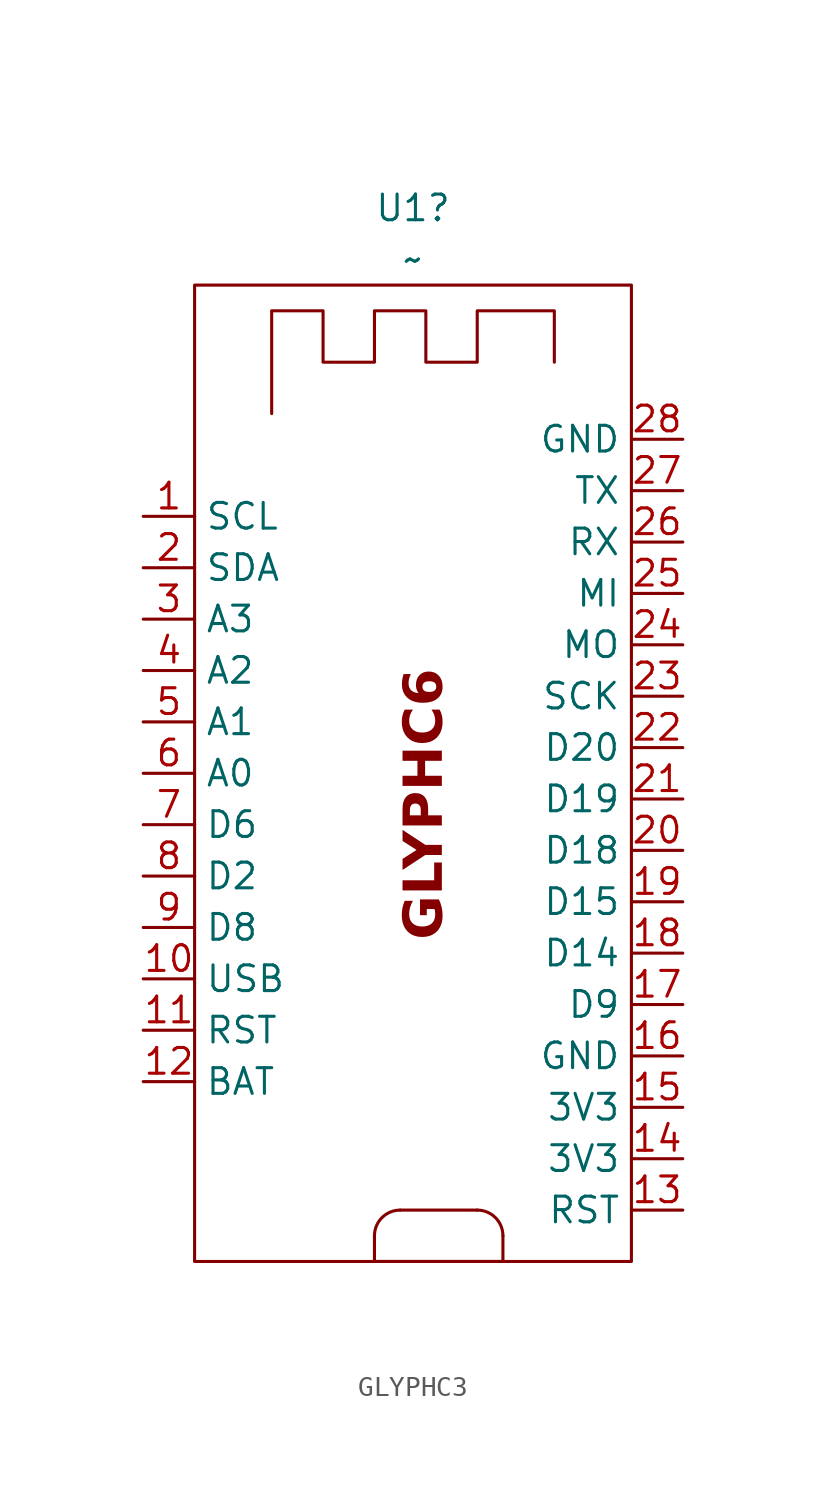
<source format=kicad_sym>
(kicad_symbol_lib
  (version 20241209)
  (generator "kicad_symbol_editor")
  (generator_version "9.0")
  (symbol "GLYPHC3"
    (property "Reference" "U1"
      (at -0.635 29.21 0)
      (effects (font (size 1.27 1.27))))
    (property "Value" "~"
      (at -0.635 26.67 0)
      (effects (font (size 1.27 1.27))))
    (symbol "GLYPHC3_0_1"
      (rectangle (start -11.43 25.4) (end 10.16 -22.86) (stroke (width 0) (type default)) (fill (type none)))
      (polyline (pts (xy -7.62 19.05) (xy -7.62 24.13) (xy -5.08 24.13) (xy -5.08 21.59) (xy -2.54 21.59) (xy -2.54 24.13) (xy 0 24.13) (xy 0 21.59) (xy 2.54 21.59) (xy 2.54 24.13) (xy 6.35 24.13) (xy 6.35 21.59)) (stroke (width 0) (type default)) (fill (type none)))
      (polyline (pts (xy -2.54 -21.59) (xy -2.54 -22.86)) (stroke (width 0) (type default)) (fill (type none)))
      (polyline (pts (xy -2.54 -22.86) (xy 3.81 -22.86)) (stroke (width 0) (type default)) (fill (type none)))
      (arc (start -2.54 -21.59) (mid -2.168 -20.692) (end -1.27 -20.32) (stroke (width 0) (type default)) (fill (type none)))
      (polyline (pts (xy 2.54 -20.32) (xy -1.27 -20.32)) (stroke (width 0) (type default)) (fill (type none)))
      (arc (start 2.5401 -20.3199) (mid 3.4381 -20.6919) (end 3.8101 -21.5899) (stroke (width 0) (type default)) (fill (type none)))
      (polyline (pts (xy 3.81 -21.59) (xy 3.81 -22.86)) (stroke (width 0) (type default)) (fill (type none)))
      (rectangle (start 3.81 -22.86) (end 3.81 -22.86) (stroke (width 0) (type default)) (fill (type none))))
    (symbol "GLYPHC3_1_0"
      (pin power_in line (at -13.97 -8.89 0) (length 2.54) (name "USB" (effects (font (size 1.27 1.27)))) (number "10" (effects (font (size 1.27 1.27)))))
      (pin passive line (at -13.97 -11.43 0) (length 2.54) (name "RST" (effects (font (size 1.27 1.27)))) (number "11" (effects (font (size 1.27 1.27)))))
      (pin power_in line (at -13.97 -13.97 0) (length 2.54) (name "BAT" (effects (font (size 1.27 1.27)))) (number "12" (effects (font (size 1.27 1.27)))))
      (pin power_in line (at 12.7 17.78 180) (length 2.54) (name "GND" (effects (font (size 1.27 1.27)))) (number "28" (effects (font (size 1.27 1.27)))))
      (pin bidirectional line (at 12.7 15.24 180) (length 2.54) (name "TX" (effects (font (size 1.27 1.27)))) (number "27" (effects (font (size 1.27 1.27)))))
      (pin bidirectional line (at 12.7 12.7 180) (length 2.54) (name "RX" (effects (font (size 1.27 1.27)))) (number "26" (effects (font (size 1.27 1.27)))))
      (pin bidirectional line (at 12.7 10.16 180) (length 2.54) (name "MI" (effects (font (size 1.27 1.27)))) (number "25" (effects (font (size 1.27 1.27)))))
      (pin bidirectional line (at 12.7 7.62 180) (length 2.54) (name "MO" (effects (font (size 1.27 1.27)))) (number "24" (effects (font (size 1.27 1.27)))))
      (pin bidirectional line (at 12.7 5.08 180) (length 2.54) (name "SCK" (effects (font (size 1.27 1.27)))) (number "23" (effects (font (size 1.27 1.27)))))
      (pin bidirectional line (at 12.7 2.54 180) (length 2.54) (name "D20" (effects (font (size 1.27 1.27)))) (number "22" (effects (font (size 1.27 1.27)))))
      (pin bidirectional line (at 12.7 0 180) (length 2.54) (name "D19" (effects (font (size 1.27 1.27)))) (number "21" (effects (font (size 1.27 1.27)))))
      (pin bidirectional line (at 12.7 -2.54 180) (length 2.54) (name "D18" (effects (font (size 1.27 1.27)))) (number "20" (effects (font (size 1.27 1.27)))))
      (pin bidirectional line (at 12.7 -5.08 180) (length 2.54) (name "D15" (effects (font (size 1.27 1.27)))) (number "19" (effects (font (size 1.27 1.27)))))
      (pin bidirectional line (at 12.7 -7.62 180) (length 2.54) (name "D14" (effects (font (size 1.27 1.27)))) (number "18" (effects (font (size 1.27 1.27)))))
      (pin bidirectional line (at 12.7 -10.16 180) (length 2.54) (name "D9" (effects (font (size 1.27 1.27)))) (number "17" (effects (font (size 1.27 1.27)))))
      (pin power_in line (at 12.7 -12.7 180) (length 2.54) (name "GND" (effects (font (size 1.27 1.27)))) (number "16" (effects (font (size 1.27 1.27)))))
      (pin power_in line (at 12.7 -15.24 180) (length 2.54) (name "3V3" (effects (font (size 1.27 1.27)))) (number "15" (effects (font (size 1.27 1.27)))))
      (pin power_in line (at 12.7 -17.78 180) (length 2.54) (name "3V3" (effects (font (size 1.27 1.27)))) (number "14" (effects (font (size 1.27 1.27)))))
      (pin passive line (at 12.7 -20.32 180) (length 2.54) (name "RST" (effects (font (size 1.27 1.27)))) (number "13" (effects (font (size 1.27 1.27))))))
    (symbol "GLYPHC3_1_1"
      (text "GLYPHC6" (at 0 -0.254 900) (effects (font (face "Lexend") (size 1.905 1.905) (bold yes))))
      (pin bidirectional line (at -13.97 13.97 0) (length 2.54) (name "SCL" (effects (font (size 1.27 1.27)))) (number "1" (effects (font (size 1.27 1.27)))))
      (pin bidirectional line (at -13.97 11.43 0) (length 2.54) (name "SDA" (effects (font (size 1.27 1.27)))) (number "2" (effects (font (size 1.27 1.27)))))
      (pin bidirectional line (at -13.97 8.89 0) (length 2.54) (name "A3" (effects (font (size 1.27 1.27)))) (number "3" (effects (font (size 1.27 1.27)))))
      (pin bidirectional line (at -13.97 6.35 0) (length 2.54) (name "A2" (effects (font (size 1.27 1.27)))) (number "4" (effects (font (size 1.27 1.27)))))
      (pin bidirectional line (at -13.97 3.81 0) (length 2.54) (name "A1" (effects (font (size 1.27 1.27)))) (number "5" (effects (font (size 1.27 1.27)))))
      (pin bidirectional line (at -13.97 1.27 0) (length 2.54) (name "A0" (effects (font (size 1.27 1.27)))) (number "6" (effects (font (size 1.27 1.27)))))
      (pin bidirectional line (at -13.97 -1.27 0) (length 2.54) (name "D6" (effects (font (size 1.27 1.27)))) (number "7" (effects (font (size 1.27 1.27)))))
      (pin bidirectional line (at -13.97 -3.81 0) (length 2.54) (name "D2" (effects (font (size 1.27 1.27)))) (number "8" (effects (font (size 1.27 1.27)))))
      (pin bidirectional line (at -13.97 -6.35 0) (length 2.54) (name "D8" (effects (font (size 1.27 1.27)))) (number "9" (effects (font (size 1.27 1.27))))))))
</source>
